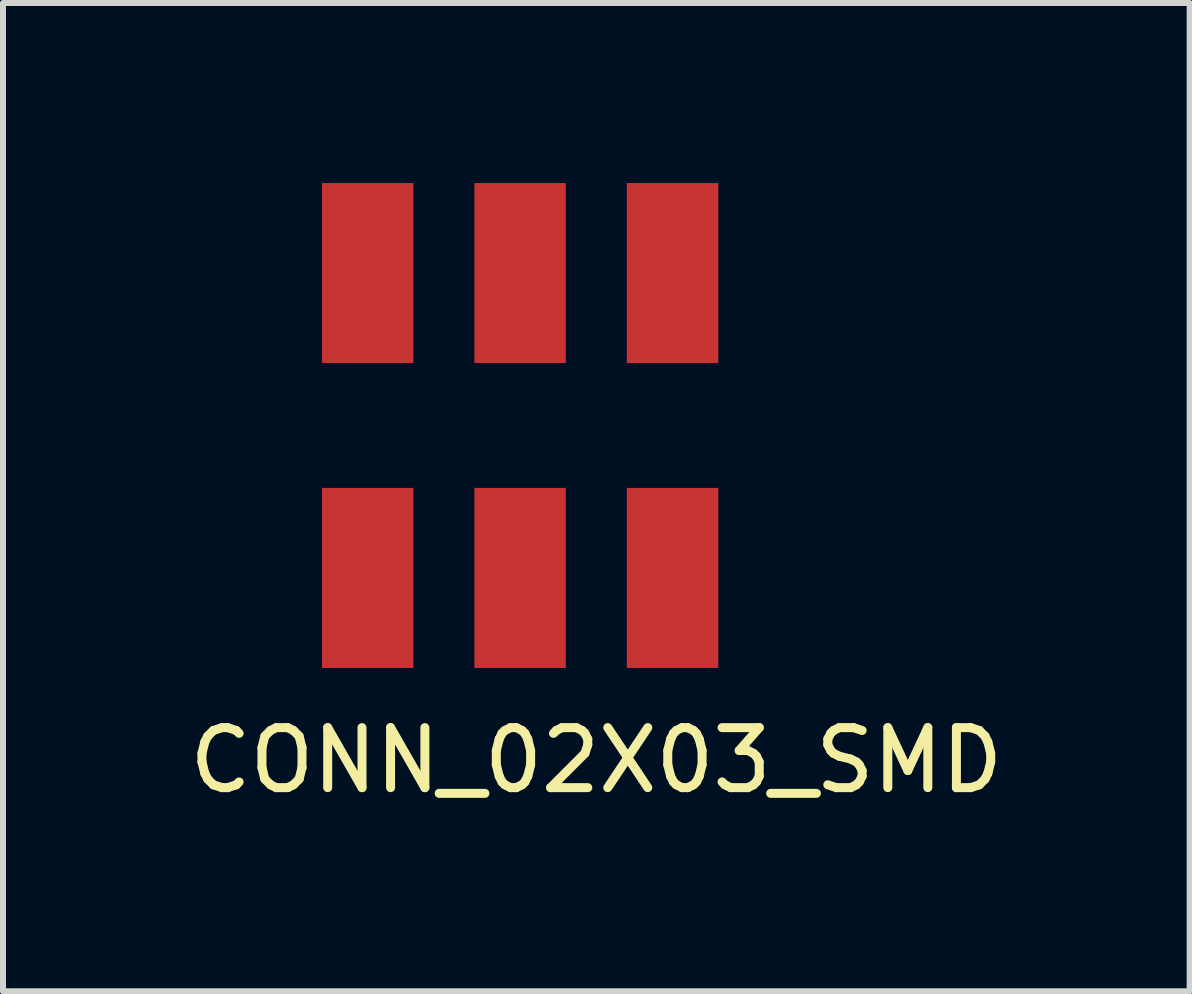
<source format=kicad_pcb>
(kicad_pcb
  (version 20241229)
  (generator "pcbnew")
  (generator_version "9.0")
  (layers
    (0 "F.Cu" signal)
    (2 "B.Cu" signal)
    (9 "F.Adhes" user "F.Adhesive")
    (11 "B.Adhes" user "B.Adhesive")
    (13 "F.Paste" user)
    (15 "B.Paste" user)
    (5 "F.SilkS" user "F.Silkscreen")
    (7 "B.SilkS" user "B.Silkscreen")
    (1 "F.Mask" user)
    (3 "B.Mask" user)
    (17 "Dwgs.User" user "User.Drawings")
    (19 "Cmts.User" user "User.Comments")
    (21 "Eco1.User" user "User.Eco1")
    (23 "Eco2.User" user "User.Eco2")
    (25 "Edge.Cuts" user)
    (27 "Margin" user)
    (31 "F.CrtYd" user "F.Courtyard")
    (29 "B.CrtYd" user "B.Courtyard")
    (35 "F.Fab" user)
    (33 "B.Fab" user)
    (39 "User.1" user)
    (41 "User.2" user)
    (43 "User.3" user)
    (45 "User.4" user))
  (footprint "CONN_02X03_SMD"
    (layer "F.Cu")
    (at 6.887 9.12)
    (property "Reference" "CONN_02X03_SMD" (at 0 0.5 0) (layer "F.SilkS") (effects (font (size 1 1) (thickness 0.15))))
    (attr through_hole)
    (pad "1" smd rect (at -3.81 -2.54) (size 1.524 3) (layers "F.Cu" "F.Mask" "F.Paste"))
    (pad "2" smd rect (at -3.81 -7.62) (size 1.524 3) (layers "F.Cu" "F.Mask" "F.Paste"))
    (pad "3" smd rect (at -1.27 -2.54) (size 1.524 3) (layers "F.Cu" "F.Mask" "F.Paste"))
    (pad "4" smd rect (at -1.27 -7.62) (size 1.524 3) (layers "F.Cu" "F.Mask" "F.Paste"))
    (pad "5" smd rect (at 1.27 -2.54) (size 1.524 3) (layers "F.Cu" "F.Mask" "F.Paste"))
    (pad "6" smd rect (at 1.27 -7.62) (size 1.524 3) (layers "F.Cu" "F.Mask" "F.Paste")))
  (gr_rect
    (start -3 -3)
    (end 16.774 13.468)
    (stroke (width 0.1) (type default))
    (fill no)
    (layer "Edge.Cuts")))
</source>
